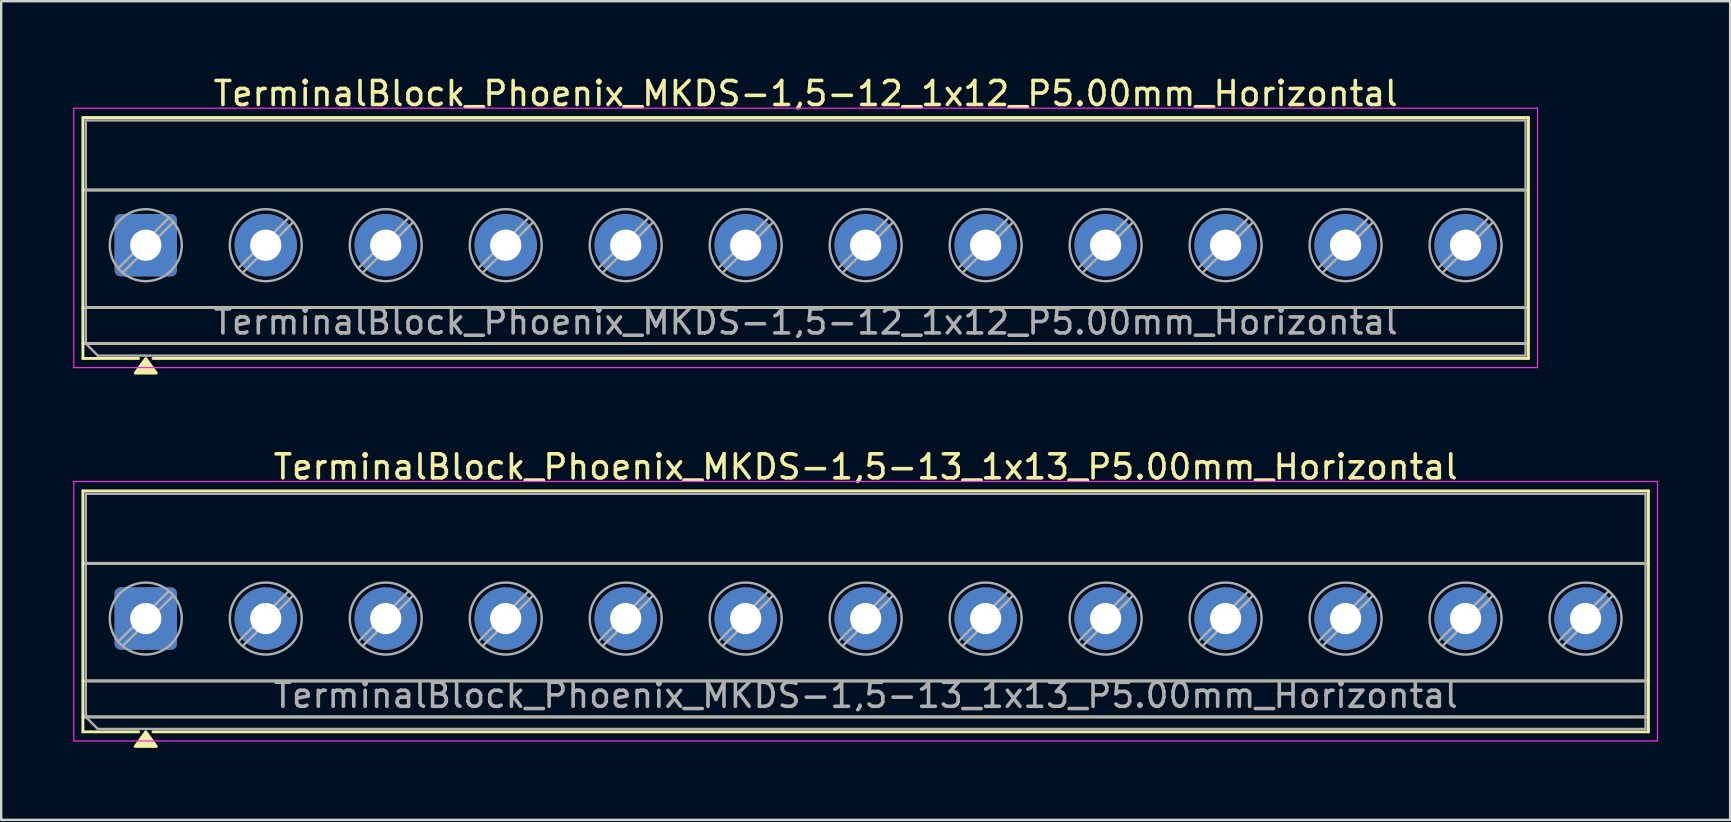
<source format=kicad_pcb>
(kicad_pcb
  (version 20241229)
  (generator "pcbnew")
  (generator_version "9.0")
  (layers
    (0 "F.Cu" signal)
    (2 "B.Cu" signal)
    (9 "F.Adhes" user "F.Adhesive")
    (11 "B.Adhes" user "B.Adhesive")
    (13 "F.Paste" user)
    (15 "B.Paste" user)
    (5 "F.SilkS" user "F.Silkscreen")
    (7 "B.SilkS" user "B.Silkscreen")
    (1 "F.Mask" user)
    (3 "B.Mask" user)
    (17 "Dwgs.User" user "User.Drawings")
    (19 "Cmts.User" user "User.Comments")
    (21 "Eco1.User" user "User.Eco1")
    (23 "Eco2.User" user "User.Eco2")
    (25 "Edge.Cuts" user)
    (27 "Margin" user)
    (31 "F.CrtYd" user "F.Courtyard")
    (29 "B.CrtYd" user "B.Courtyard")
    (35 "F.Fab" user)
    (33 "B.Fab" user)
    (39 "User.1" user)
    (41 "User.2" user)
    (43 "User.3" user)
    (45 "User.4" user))
  (footprint "TerminalBlock_Phoenix_MKDS-1,5-12_1x12_P5.00mm_Horizontal"
    (layer "F.Cu")
    (at 3.025 7.168)
    (property "Reference" "TerminalBlock_Phoenix_MKDS-1,5-12_1x12_P5.00mm_Horizontal" (at 27.5 -6.32 0) (layer "F.SilkS") (effects (font (size 1 1) (thickness 0.15))))
    (attr through_hole)
    (fp_line (start -2.62 -5.32) (end 57.62 -5.32) (stroke (width 0.12) (type solid)) (layer "F.SilkS"))
    (fp_line (start -2.62 -2.3) (end 57.62 -2.3) (stroke (width 0.12) (type solid)) (layer "F.SilkS"))
    (fp_line (start -2.62 2.6) (end 57.62 2.6) (stroke (width 0.12) (type solid)) (layer "F.SilkS"))
    (fp_line (start -2.62 4.1) (end 57.62 4.1) (stroke (width 0.12) (type solid)) (layer "F.SilkS"))
    (fp_line (start -2.62 4.72) (end -2.62 -5.32) (stroke (width 0.12) (type solid)) (layer "F.SilkS"))
    (fp_line (start -0.3 4.72) (end -2.62 4.72) (stroke (width 0.12) (type solid)) (layer "F.SilkS"))
    (fp_line (start 57.62 -5.32) (end 57.62 4.72) (stroke (width 0.12) (type solid)) (layer "F.SilkS"))
    (fp_line (start 57.62 4.72) (end 0.3 4.72) (stroke (width 0.12) (type solid)) (layer "F.SilkS"))
    (fp_poly (pts (xy 0 4.72) (xy 0.44 5.33) (xy -0.44 5.33)) (stroke (width 0.12) (type solid)) (fill yes) (layer "F.SilkS"))
    (fp_line (start -3 -5.71) (end -3 5.1) (stroke (width 0.05) (type solid)) (layer "F.CrtYd"))
    (fp_line (start -3 5.1) (end 58 5.1) (stroke (width 0.05) (type solid)) (layer "F.CrtYd"))
    (fp_line (start 58 -5.71) (end -3 -5.71) (stroke (width 0.05) (type solid)) (layer "F.CrtYd"))
    (fp_line (start 58 5.1) (end 58 -5.71) (stroke (width 0.05) (type solid)) (layer "F.CrtYd"))
    (fp_line (start -2.5 -5.2) (end 57.5 -5.2) (stroke (width 0.1) (type solid)) (layer "F.Fab"))
    (fp_line (start -2.5 -2.3) (end 57.5 -2.3) (stroke (width 0.1) (type solid)) (layer "F.Fab"))
    (fp_line (start -2.5 2.6) (end 57.5 2.6) (stroke (width 0.1) (type solid)) (layer "F.Fab"))
    (fp_line (start -2.5 4.1) (end -2.5 -5.2) (stroke (width 0.1) (type solid)) (layer "F.Fab"))
    (fp_line (start -2.5 4.1) (end 57.5 4.1) (stroke (width 0.1) (type solid)) (layer "F.Fab"))
    (fp_line (start -2 4.6) (end -2.5 4.1) (stroke (width 0.1) (type solid)) (layer "F.Fab"))
    (fp_line (start 0.955 -1.138) (end -1.138 0.955) (stroke (width 0.1) (type solid)) (layer "F.Fab"))
    (fp_line (start 1.138 -0.955) (end -0.955 1.138) (stroke (width 0.1) (type solid)) (layer "F.Fab"))
    (fp_line (start 5.955 -1.138) (end 3.862 0.955) (stroke (width 0.1) (type solid)) (layer "F.Fab"))
    (fp_line (start 6.138 -0.955) (end 4.045 1.138) (stroke (width 0.1) (type solid)) (layer "F.Fab"))
    (fp_line (start 10.955 -1.138) (end 8.862 0.955) (stroke (width 0.1) (type solid)) (layer "F.Fab"))
    (fp_line (start 11.138 -0.955) (end 9.045 1.138) (stroke (width 0.1) (type solid)) (layer "F.Fab"))
    (fp_line (start 15.955 -1.138) (end 13.862 0.955) (stroke (width 0.1) (type solid)) (layer "F.Fab"))
    (fp_line (start 16.138 -0.955) (end 14.045 1.138) (stroke (width 0.1) (type solid)) (layer "F.Fab"))
    (fp_line (start 20.955 -1.138) (end 18.862 0.955) (stroke (width 0.1) (type solid)) (layer "F.Fab"))
    (fp_line (start 21.138 -0.955) (end 19.045 1.138) (stroke (width 0.1) (type solid)) (layer "F.Fab"))
    (fp_line (start 25.955 -1.138) (end 23.862 0.955) (stroke (width 0.1) (type solid)) (layer "F.Fab"))
    (fp_line (start 26.138 -0.955) (end 24.045 1.138) (stroke (width 0.1) (type solid)) (layer "F.Fab"))
    (fp_line (start 30.955 -1.138) (end 28.862 0.955) (stroke (width 0.1) (type solid)) (layer "F.Fab"))
    (fp_line (start 31.138 -0.955) (end 29.045 1.138) (stroke (width 0.1) (type solid)) (layer "F.Fab"))
    (fp_line (start 35.955 -1.138) (end 33.862 0.955) (stroke (width 0.1) (type solid)) (layer "F.Fab"))
    (fp_line (start 36.138 -0.955) (end 34.045 1.138) (stroke (width 0.1) (type solid)) (layer "F.Fab"))
    (fp_line (start 40.955 -1.138) (end 38.862 0.955) (stroke (width 0.1) (type solid)) (layer "F.Fab"))
    (fp_line (start 41.138 -0.955) (end 39.045 1.138) (stroke (width 0.1) (type solid)) (layer "F.Fab"))
    (fp_line (start 45.955 -1.138) (end 43.862 0.955) (stroke (width 0.1) (type solid)) (layer "F.Fab"))
    (fp_line (start 46.138 -0.955) (end 44.045 1.138) (stroke (width 0.1) (type solid)) (layer "F.Fab"))
    (fp_line (start 50.955 -1.138) (end 48.862 0.955) (stroke (width 0.1) (type solid)) (layer "F.Fab"))
    (fp_line (start 51.138 -0.955) (end 49.045 1.138) (stroke (width 0.1) (type solid)) (layer "F.Fab"))
    (fp_line (start 55.955 -1.138) (end 53.862 0.955) (stroke (width 0.1) (type solid)) (layer "F.Fab"))
    (fp_line (start 56.138 -0.955) (end 54.045 1.138) (stroke (width 0.1) (type solid)) (layer "F.Fab"))
    (fp_line (start 57.5 -5.2) (end 57.5 4.6) (stroke (width 0.1) (type solid)) (layer "F.Fab"))
    (fp_line (start 57.5 4.6) (end -2 4.6) (stroke (width 0.1) (type solid)) (layer "F.Fab"))
    (fp_circle (center 0 0) (end 1.5 0) (stroke (width 0.1) (type solid)) (fill no) (layer "F.Fab"))
    (fp_circle (center 5 0) (end 6.5 0) (stroke (width 0.1) (type solid)) (fill no) (layer "F.Fab"))
    (fp_circle (center 10 0) (end 11.5 0) (stroke (width 0.1) (type solid)) (fill no) (layer "F.Fab"))
    (fp_circle (center 15 0) (end 16.5 0) (stroke (width 0.1) (type solid)) (fill no) (layer "F.Fab"))
    (fp_circle (center 20 0) (end 21.5 0) (stroke (width 0.1) (type solid)) (fill no) (layer "F.Fab"))
    (fp_circle (center 25 0) (end 26.5 0) (stroke (width 0.1) (type solid)) (fill no) (layer "F.Fab"))
    (fp_circle (center 30 0) (end 31.5 0) (stroke (width 0.1) (type solid)) (fill no) (layer "F.Fab"))
    (fp_circle (center 35 0) (end 36.5 0) (stroke (width 0.1) (type solid)) (fill no) (layer "F.Fab"))
    (fp_circle (center 40 0) (end 41.5 0) (stroke (width 0.1) (type solid)) (fill no) (layer "F.Fab"))
    (fp_circle (center 45 0) (end 46.5 0) (stroke (width 0.1) (type solid)) (fill no) (layer "F.Fab"))
    (fp_circle (center 50 0) (end 51.5 0) (stroke (width 0.1) (type solid)) (fill no) (layer "F.Fab"))
    (fp_circle (center 55 0) (end 56.5 0) (stroke (width 0.1) (type solid)) (fill no) (layer "F.Fab"))
    (fp_text user "${REFERENCE}" (at 27.5 3.2 0) (layer "F.Fab") (effects (font (size 1 1) (thickness 0.15))))
    (pad "1" thru_hole roundrect (at 0 0) (size 2.6 2.6) (drill 1.3) (layers "*.Cu" "*.Mask") (roundrect_rratio 0.096))
    (pad "2" thru_hole circle (at 5 0) (size 2.6 2.6) (drill 1.3) (layers "*.Cu" "*.Mask"))
    (pad "3" thru_hole circle (at 10 0) (size 2.6 2.6) (drill 1.3) (layers "*.Cu" "*.Mask"))
    (pad "4" thru_hole circle (at 15 0) (size 2.6 2.6) (drill 1.3) (layers "*.Cu" "*.Mask"))
    (pad "5" thru_hole circle (at 20 0) (size 2.6 2.6) (drill 1.3) (layers "*.Cu" "*.Mask"))
    (pad "6" thru_hole circle (at 25 0) (size 2.6 2.6) (drill 1.3) (layers "*.Cu" "*.Mask"))
    (pad "7" thru_hole circle (at 30 0) (size 2.6 2.6) (drill 1.3) (layers "*.Cu" "*.Mask"))
    (pad "8" thru_hole circle (at 35 0) (size 2.6 2.6) (drill 1.3) (layers "*.Cu" "*.Mask"))
    (pad "9" thru_hole circle (at 40 0) (size 2.6 2.6) (drill 1.3) (layers "*.Cu" "*.Mask"))
    (pad "10" thru_hole circle (at 45 0) (size 2.6 2.6) (drill 1.3) (layers "*.Cu" "*.Mask"))
    (pad "11" thru_hole circle (at 50 0) (size 2.6 2.6) (drill 1.3) (layers "*.Cu" "*.Mask"))
    (pad "12" thru_hole circle (at 55 0) (size 2.6 2.6) (drill 1.3) (layers "*.Cu" "*.Mask")))
  (footprint "TerminalBlock_Phoenix_MKDS-1,5-13_1x13_P5.00mm_Horizontal"
    (layer "F.Cu")
    (at 3.025 22.727)
    (property "Reference" "TerminalBlock_Phoenix_MKDS-1,5-13_1x13_P5.00mm_Horizontal" (at 30 -6.32 0) (layer "F.SilkS") (effects (font (size 1 1) (thickness 0.15))))
    (attr through_hole)
    (fp_line (start -2.62 -5.32) (end 62.62 -5.32) (stroke (width 0.12) (type solid)) (layer "F.SilkS"))
    (fp_line (start -2.62 -2.3) (end 62.62 -2.3) (stroke (width 0.12) (type solid)) (layer "F.SilkS"))
    (fp_line (start -2.62 2.6) (end 62.62 2.6) (stroke (width 0.12) (type solid)) (layer "F.SilkS"))
    (fp_line (start -2.62 4.1) (end 62.62 4.1) (stroke (width 0.12) (type solid)) (layer "F.SilkS"))
    (fp_line (start -2.62 4.72) (end -2.62 -5.32) (stroke (width 0.12) (type solid)) (layer "F.SilkS"))
    (fp_line (start -0.3 4.72) (end -2.62 4.72) (stroke (width 0.12) (type solid)) (layer "F.SilkS"))
    (fp_line (start 62.62 -5.32) (end 62.62 4.72) (stroke (width 0.12) (type solid)) (layer "F.SilkS"))
    (fp_line (start 62.62 4.72) (end 0.3 4.72) (stroke (width 0.12) (type solid)) (layer "F.SilkS"))
    (fp_poly (pts (xy 0 4.72) (xy 0.44 5.33) (xy -0.44 5.33)) (stroke (width 0.12) (type solid)) (fill yes) (layer "F.SilkS"))
    (fp_line (start -3 -5.71) (end -3 5.1) (stroke (width 0.05) (type solid)) (layer "F.CrtYd"))
    (fp_line (start -3 5.1) (end 63 5.1) (stroke (width 0.05) (type solid)) (layer "F.CrtYd"))
    (fp_line (start 63 -5.71) (end -3 -5.71) (stroke (width 0.05) (type solid)) (layer "F.CrtYd"))
    (fp_line (start 63 5.1) (end 63 -5.71) (stroke (width 0.05) (type solid)) (layer "F.CrtYd"))
    (fp_line (start -2.5 -5.2) (end 62.5 -5.2) (stroke (width 0.1) (type solid)) (layer "F.Fab"))
    (fp_line (start -2.5 -2.3) (end 62.5 -2.3) (stroke (width 0.1) (type solid)) (layer "F.Fab"))
    (fp_line (start -2.5 2.6) (end 62.5 2.6) (stroke (width 0.1) (type solid)) (layer "F.Fab"))
    (fp_line (start -2.5 4.1) (end -2.5 -5.2) (stroke (width 0.1) (type solid)) (layer "F.Fab"))
    (fp_line (start -2.5 4.1) (end 62.5 4.1) (stroke (width 0.1) (type solid)) (layer "F.Fab"))
    (fp_line (start -2 4.6) (end -2.5 4.1) (stroke (width 0.1) (type solid)) (layer "F.Fab"))
    (fp_line (start 0.955 -1.138) (end -1.138 0.955) (stroke (width 0.1) (type solid)) (layer "F.Fab"))
    (fp_line (start 1.138 -0.955) (end -0.955 1.138) (stroke (width 0.1) (type solid)) (layer "F.Fab"))
    (fp_line (start 5.955 -1.138) (end 3.862 0.955) (stroke (width 0.1) (type solid)) (layer "F.Fab"))
    (fp_line (start 6.138 -0.955) (end 4.045 1.138) (stroke (width 0.1) (type solid)) (layer "F.Fab"))
    (fp_line (start 10.955 -1.138) (end 8.862 0.955) (stroke (width 0.1) (type solid)) (layer "F.Fab"))
    (fp_line (start 11.138 -0.955) (end 9.045 1.138) (stroke (width 0.1) (type solid)) (layer "F.Fab"))
    (fp_line (start 15.955 -1.138) (end 13.862 0.955) (stroke (width 0.1) (type solid)) (layer "F.Fab"))
    (fp_line (start 16.138 -0.955) (end 14.045 1.138) (stroke (width 0.1) (type solid)) (layer "F.Fab"))
    (fp_line (start 20.955 -1.138) (end 18.862 0.955) (stroke (width 0.1) (type solid)) (layer "F.Fab"))
    (fp_line (start 21.138 -0.955) (end 19.045 1.138) (stroke (width 0.1) (type solid)) (layer "F.Fab"))
    (fp_line (start 25.955 -1.138) (end 23.862 0.955) (stroke (width 0.1) (type solid)) (layer "F.Fab"))
    (fp_line (start 26.138 -0.955) (end 24.045 1.138) (stroke (width 0.1) (type solid)) (layer "F.Fab"))
    (fp_line (start 30.955 -1.138) (end 28.862 0.955) (stroke (width 0.1) (type solid)) (layer "F.Fab"))
    (fp_line (start 31.138 -0.955) (end 29.045 1.138) (stroke (width 0.1) (type solid)) (layer "F.Fab"))
    (fp_line (start 35.955 -1.138) (end 33.862 0.955) (stroke (width 0.1) (type solid)) (layer "F.Fab"))
    (fp_line (start 36.138 -0.955) (end 34.045 1.138) (stroke (width 0.1) (type solid)) (layer "F.Fab"))
    (fp_line (start 40.955 -1.138) (end 38.862 0.955) (stroke (width 0.1) (type solid)) (layer "F.Fab"))
    (fp_line (start 41.138 -0.955) (end 39.045 1.138) (stroke (width 0.1) (type solid)) (layer "F.Fab"))
    (fp_line (start 45.955 -1.138) (end 43.862 0.955) (stroke (width 0.1) (type solid)) (layer "F.Fab"))
    (fp_line (start 46.138 -0.955) (end 44.045 1.138) (stroke (width 0.1) (type solid)) (layer "F.Fab"))
    (fp_line (start 50.955 -1.138) (end 48.862 0.955) (stroke (width 0.1) (type solid)) (layer "F.Fab"))
    (fp_line (start 51.138 -0.955) (end 49.045 1.138) (stroke (width 0.1) (type solid)) (layer "F.Fab"))
    (fp_line (start 55.955 -1.138) (end 53.862 0.955) (stroke (width 0.1) (type solid)) (layer "F.Fab"))
    (fp_line (start 56.138 -0.955) (end 54.045 1.138) (stroke (width 0.1) (type solid)) (layer "F.Fab"))
    (fp_line (start 60.955 -1.138) (end 58.862 0.955) (stroke (width 0.1) (type solid)) (layer "F.Fab"))
    (fp_line (start 61.138 -0.955) (end 59.045 1.138) (stroke (width 0.1) (type solid)) (layer "F.Fab"))
    (fp_line (start 62.5 -5.2) (end 62.5 4.6) (stroke (width 0.1) (type solid)) (layer "F.Fab"))
    (fp_line (start 62.5 4.6) (end -2 4.6) (stroke (width 0.1) (type solid)) (layer "F.Fab"))
    (fp_circle (center 0 0) (end 1.5 0) (stroke (width 0.1) (type solid)) (fill no) (layer "F.Fab"))
    (fp_circle (center 5 0) (end 6.5 0) (stroke (width 0.1) (type solid)) (fill no) (layer "F.Fab"))
    (fp_circle (center 10 0) (end 11.5 0) (stroke (width 0.1) (type solid)) (fill no) (layer "F.Fab"))
    (fp_circle (center 15 0) (end 16.5 0) (stroke (width 0.1) (type solid)) (fill no) (layer "F.Fab"))
    (fp_circle (center 20 0) (end 21.5 0) (stroke (width 0.1) (type solid)) (fill no) (layer "F.Fab"))
    (fp_circle (center 25 0) (end 26.5 0) (stroke (width 0.1) (type solid)) (fill no) (layer "F.Fab"))
    (fp_circle (center 30 0) (end 31.5 0) (stroke (width 0.1) (type solid)) (fill no) (layer "F.Fab"))
    (fp_circle (center 35 0) (end 36.5 0) (stroke (width 0.1) (type solid)) (fill no) (layer "F.Fab"))
    (fp_circle (center 40 0) (end 41.5 0) (stroke (width 0.1) (type solid)) (fill no) (layer "F.Fab"))
    (fp_circle (center 45 0) (end 46.5 0) (stroke (width 0.1) (type solid)) (fill no) (layer "F.Fab"))
    (fp_circle (center 50 0) (end 51.5 0) (stroke (width 0.1) (type solid)) (fill no) (layer "F.Fab"))
    (fp_circle (center 55 0) (end 56.5 0) (stroke (width 0.1) (type solid)) (fill no) (layer "F.Fab"))
    (fp_circle (center 60 0) (end 61.5 0) (stroke (width 0.1) (type solid)) (fill no) (layer "F.Fab"))
    (fp_text user "${REFERENCE}" (at 30 3.2 0) (layer "F.Fab") (effects (font (size 1 1) (thickness 0.15))))
    (pad "1" thru_hole roundrect (at 0 0) (size 2.6 2.6) (drill 1.3) (layers "*.Cu" "*.Mask") (roundrect_rratio 0.096))
    (pad "2" thru_hole circle (at 5 0) (size 2.6 2.6) (drill 1.3) (layers "*.Cu" "*.Mask"))
    (pad "3" thru_hole circle (at 10 0) (size 2.6 2.6) (drill 1.3) (layers "*.Cu" "*.Mask"))
    (pad "4" thru_hole circle (at 15 0) (size 2.6 2.6) (drill 1.3) (layers "*.Cu" "*.Mask"))
    (pad "5" thru_hole circle (at 20 0) (size 2.6 2.6) (drill 1.3) (layers "*.Cu" "*.Mask"))
    (pad "6" thru_hole circle (at 25 0) (size 2.6 2.6) (drill 1.3) (layers "*.Cu" "*.Mask"))
    (pad "7" thru_hole circle (at 30 0) (size 2.6 2.6) (drill 1.3) (layers "*.Cu" "*.Mask"))
    (pad "8" thru_hole circle (at 35 0) (size 2.6 2.6) (drill 1.3) (layers "*.Cu" "*.Mask"))
    (pad "9" thru_hole circle (at 40 0) (size 2.6 2.6) (drill 1.3) (layers "*.Cu" "*.Mask"))
    (pad "10" thru_hole circle (at 45 0) (size 2.6 2.6) (drill 1.3) (layers "*.Cu" "*.Mask"))
    (pad "11" thru_hole circle (at 50 0) (size 2.6 2.6) (drill 1.3) (layers "*.Cu" "*.Mask"))
    (pad "12" thru_hole circle (at 55 0) (size 2.6 2.6) (drill 1.3) (layers "*.Cu" "*.Mask"))
    (pad "13" thru_hole circle (at 60 0) (size 2.6 2.6) (drill 1.3) (layers "*.Cu" "*.Mask")))
  (gr_rect
    (start -3 -3)
    (end 69.05 31.116)
    (stroke (width 0.1) (type default))
    (fill no)
    (layer "Edge.Cuts")))
</source>
